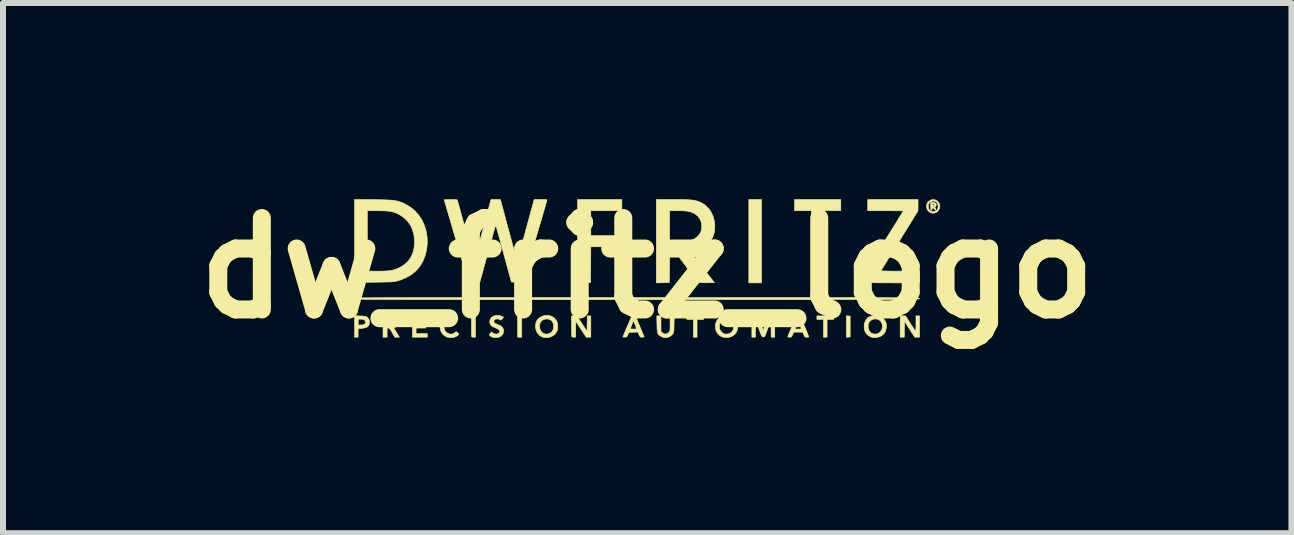
<source format=kicad_pcb>
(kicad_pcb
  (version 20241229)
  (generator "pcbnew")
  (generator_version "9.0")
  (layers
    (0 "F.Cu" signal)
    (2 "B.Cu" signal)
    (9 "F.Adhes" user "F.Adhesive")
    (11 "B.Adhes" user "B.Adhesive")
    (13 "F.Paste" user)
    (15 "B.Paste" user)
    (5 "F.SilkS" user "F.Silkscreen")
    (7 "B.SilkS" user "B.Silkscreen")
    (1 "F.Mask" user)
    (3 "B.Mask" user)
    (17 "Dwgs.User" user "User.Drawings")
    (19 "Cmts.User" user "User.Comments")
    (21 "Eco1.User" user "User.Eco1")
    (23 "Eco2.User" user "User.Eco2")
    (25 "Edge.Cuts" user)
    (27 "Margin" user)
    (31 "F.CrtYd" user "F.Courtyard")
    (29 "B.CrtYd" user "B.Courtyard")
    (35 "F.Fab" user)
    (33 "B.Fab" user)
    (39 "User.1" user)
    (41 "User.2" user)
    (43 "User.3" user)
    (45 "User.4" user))
  (footprint "dw_fritz_logo"
    (layer "F.Cu")
    (at 7.736 1.418)
    (property "Reference" "dw_fritz_logo" (at 0 0 0) (layer "F.SilkS") (effects (font (size 1.524 1.524) (thickness 0.3))))
    (attr through_hole)
    (fp_poly (pts (xy -2.091 1.151) (xy -2.159 1.151) (xy -2.159 0.796) (xy -2.091 0.796) (xy -2.091 1.151)) (stroke (width 0.01) (type solid)) (fill yes) (layer "F.SilkS"))
    (fp_poly (pts (xy 1.905 0.246) (xy 1.693 0.246) (xy 1.693 -1.143) (xy 1.905 -1.143) (xy 1.905 0.246)) (stroke (width 0.01) (type solid)) (fill yes) (layer "F.SilkS"))
    (fp_poly (pts (xy 3.351 0.797) (xy 3.382 0.8) (xy 3.382 1.147) (xy 3.319 1.152) (xy 3.319 0.795) (xy 3.351 0.797)) (stroke (width 0.01) (type solid)) (fill yes) (layer "F.SilkS"))
    (fp_poly (pts (xy 0.94 0.855) (xy 0.83 0.855) (xy 0.83 1.151) (xy 0.77 1.151) (xy 0.77 0.855) (xy 0.66 0.855) (xy 0.66 0.796) (xy 0.94 0.796) (xy 0.94 0.855)) (stroke (width 0.01) (type solid)) (fill yes) (layer "F.SilkS"))
    (fp_poly (pts (xy 3.107 0.855) (xy 2.997 0.855) (xy 2.997 1.151) (xy 2.938 1.151) (xy 2.938 0.855) (xy 2.828 0.855) (xy 2.828 0.796) (xy 3.107 0.796) (xy 3.107 0.855)) (stroke (width 0.01) (type solid)) (fill yes) (layer "F.SilkS"))
    (fp_poly (pts (xy 3.226 -0.957) (xy 2.946 -0.957) (xy 2.946 0.246) (xy 2.735 0.246) (xy 2.735 -0.957) (xy 2.455 -0.957) (xy 2.455 -1.143) (xy 3.226 -1.143) (xy 3.226 -0.957)) (stroke (width 0.01) (type solid)) (fill yes) (layer "F.SilkS"))
    (fp_poly (pts (xy -0.423 -0.957) (xy -0.94 -0.957) (xy -0.94 -0.542) (xy -0.423 -0.542) (xy -0.423 -0.356) (xy -0.94 -0.356) (xy -0.944 0.241) (xy -1.052 0.244) (xy -1.16 0.246) (xy -1.16 -1.143) (xy -0.423 -1.143) (xy -0.423 -0.957)) (stroke (width 0.01) (type solid)) (fill yes) (layer "F.SilkS"))
    (fp_poly (pts (xy -2.862 1.151) (xy -2.89 1.151) (xy -2.911 1.15) (xy -2.923 1.146) (xy -2.924 1.146) (xy -2.926 1.136) (xy -2.927 1.112) (xy -2.928 1.076) (xy -2.929 1.031) (xy -2.929 0.98) (xy -2.929 0.968) (xy -2.929 0.796) (xy -2.862 0.796) (xy -2.862 1.151)) (stroke (width 0.01) (type solid)) (fill yes) (layer "F.SilkS"))
    (fp_poly (pts (xy -3.676 0.823) (xy -3.679 0.851) (xy -3.766 0.853) (xy -3.852 0.856) (xy -3.852 0.94) (xy -3.691 0.94) (xy -3.691 0.999) (xy -3.852 0.999) (xy -3.852 1.092) (xy -3.666 1.092) (xy -3.666 1.151) (xy -3.912 1.151) (xy -3.912 0.796) (xy -3.673 0.796) (xy -3.676 0.823)) (stroke (width 0.01) (type solid)) (fill yes) (layer "F.SilkS"))
    (fp_poly (pts (xy -0.94 1.151) (xy -1.017 1.151) (xy -1.19 0.886) (xy -1.192 1.019) (xy -1.194 1.151) (xy -1.222 1.151) (xy -1.243 1.15) (xy -1.256 1.146) (xy -1.256 1.146) (xy -1.258 1.136) (xy -1.259 1.112) (xy -1.26 1.076) (xy -1.261 1.031) (xy -1.262 0.98) (xy -1.262 0.968) (xy -1.262 0.796) (xy -1.173 0.796) (xy -1.088 0.925) (xy -1.003 1.054) (xy -1.001 0.925) (xy -0.999 0.796) (xy -0.94 0.796) (xy -0.94 1.151)) (stroke (width 0.01) (type solid)) (fill yes) (layer "F.SilkS"))
    (fp_poly (pts (xy 4.538 1.151) (xy 4.498 1.151) (xy 4.458 1.151) (xy 4.373 1.019) (xy 4.288 0.886) (xy 4.286 1.019) (xy 4.284 1.151) (xy 4.216 1.151) (xy 4.216 0.796) (xy 4.261 0.796) (xy 4.305 0.797) (xy 4.386 0.923) (xy 4.412 0.964) (xy 4.435 0.999) (xy 4.454 1.027) (xy 4.467 1.044) (xy 4.473 1.049) (xy 4.475 1.042) (xy 4.477 1.02) (xy 4.478 0.987) (xy 4.479 0.946) (xy 4.479 0.923) (xy 4.479 0.796) (xy 4.538 0.796) (xy 4.538 1.151)) (stroke (width 0.01) (type solid)) (fill yes) (layer "F.SilkS"))
    (fp_poly (pts (xy -4.784 0.797) (xy -4.741 0.799) (xy -4.711 0.802) (xy -4.691 0.806) (xy -4.676 0.813) (xy -4.668 0.818) (xy -4.641 0.848) (xy -4.628 0.886) (xy -4.63 0.928) (xy -4.631 0.93) (xy -4.644 0.959) (xy -4.665 0.98) (xy -4.697 0.994) (xy -4.743 1.002) (xy -4.755 1.004) (xy -4.818 1.01) (xy -4.818 1.151) (xy -4.877 1.151) (xy -4.877 0.948) (xy -4.818 0.948) (xy -4.771 0.948) (xy -4.739 0.946) (xy -4.718 0.94) (xy -4.707 0.931) (xy -4.693 0.911) (xy -4.694 0.892) (xy -4.706 0.871) (xy -4.72 0.859) (xy -4.738 0.853) (xy -4.767 0.851) (xy -4.768 0.851) (xy -4.813 0.851) (xy -4.816 0.9) (xy -4.818 0.948) (xy -4.877 0.948) (xy -4.877 0.794) (xy -4.784 0.797)) (stroke (width 0.01) (type solid)) (fill yes) (layer "F.SilkS"))
    (fp_poly (pts (xy 0.229 1.057) (xy 0.256 1.08) (xy 0.278 1.095) (xy 0.298 1.099) (xy 0.313 1.098) (xy 0.342 1.087) (xy 0.362 1.071) (xy 0.369 1.061) (xy 0.375 1.051) (xy 0.378 1.036) (xy 0.38 1.014) (xy 0.381 0.982) (xy 0.381 0.936) (xy 0.381 0.922) (xy 0.381 0.796) (xy 0.45 0.796) (xy 0.447 0.933) (xy 0.446 0.985) (xy 0.445 1.023) (xy 0.443 1.05) (xy 0.439 1.068) (xy 0.435 1.082) (xy 0.428 1.094) (xy 0.424 1.1) (xy 0.395 1.128) (xy 0.357 1.149) (xy 0.315 1.159) (xy 0.304 1.16) (xy 0.278 1.156) (xy 0.248 1.146) (xy 0.237 1.141) (xy 0.213 1.127) (xy 0.194 1.114) (xy 0.181 1.097) (xy 0.173 1.075) (xy 0.167 1.044) (xy 0.164 1.003) (xy 0.163 0.948) (xy 0.162 0.935) (xy 0.16 0.796) (xy 0.229 0.796) (xy 0.229 1.057)) (stroke (width 0.01) (type solid)) (fill yes) (layer "F.SilkS"))
    (fp_poly (pts (xy 4.786 -1.09) (xy 4.804 -1.084) (xy 4.807 -1.082) (xy 4.816 -1.064) (xy 4.816 -1.043) (xy 4.806 -1.027) (xy 4.804 -1.026) (xy 4.796 -1.02) (xy 4.796 -1.01) (xy 4.804 -0.992) (xy 4.812 -0.974) (xy 4.812 -0.967) (xy 4.806 -0.965) (xy 4.793 -0.972) (xy 4.78 -0.988) (xy 4.778 -0.991) (xy 4.766 -1.008) (xy 4.757 -1.016) (xy 4.756 -1.016) (xy 4.752 -1.009) (xy 4.75 -0.991) (xy 4.75 -0.991) (xy 4.746 -0.97) (xy 4.737 -0.965) (xy 4.73 -0.969) (xy 4.726 -0.981) (xy 4.725 -1.004) (xy 4.724 -1.029) (xy 4.724 -1.057) (xy 4.746 -1.057) (xy 4.747 -1.054) (xy 4.758 -1.044) (xy 4.772 -1.041) (xy 4.788 -1.046) (xy 4.792 -1.054) (xy 4.785 -1.064) (xy 4.767 -1.067) (xy 4.75 -1.065) (xy 4.746 -1.057) (xy 4.724 -1.057) (xy 4.724 -1.092) (xy 4.761 -1.092) (xy 4.786 -1.09)) (stroke (width 0.01) (type solid)) (fill yes) (layer "F.SilkS"))
    (fp_poly (pts (xy 4.79 -1.14) (xy 4.824 -1.126) (xy 4.852 -1.101) (xy 4.87 -1.068) (xy 4.877 -1.029) (xy 4.869 -0.988) (xy 4.85 -0.955) (xy 4.821 -0.93) (xy 4.786 -0.917) (xy 4.748 -0.916) (xy 4.711 -0.931) (xy 4.711 -0.931) (xy 4.68 -0.955) (xy 4.663 -0.983) (xy 4.658 -1.013) (xy 4.685 -1.013) (xy 4.696 -0.979) (xy 4.718 -0.955) (xy 4.747 -0.942) (xy 4.782 -0.943) (xy 4.809 -0.953) (xy 4.832 -0.973) (xy 4.845 -1.002) (xy 4.848 -1.036) (xy 4.841 -1.069) (xy 4.825 -1.096) (xy 4.815 -1.105) (xy 4.784 -1.117) (xy 4.751 -1.116) (xy 4.721 -1.104) (xy 4.697 -1.081) (xy 4.686 -1.054) (xy 4.685 -1.013) (xy 4.658 -1.013) (xy 4.657 -1.022) (xy 4.657 -1.031) (xy 4.658 -1.06) (xy 4.665 -1.081) (xy 4.68 -1.101) (xy 4.684 -1.106) (xy 4.717 -1.131) (xy 4.754 -1.142) (xy 4.79 -1.14)) (stroke (width 0.01) (type solid)) (fill yes) (layer "F.SilkS"))
    (fp_poly (pts (xy -4.262 0.798) (xy -4.221 0.804) (xy -4.191 0.815) (xy -4.169 0.831) (xy -4.161 0.842) (xy -4.148 0.876) (xy -4.147 0.912) (xy -4.159 0.946) (xy -4.181 0.973) (xy -4.2 0.985) (xy -4.224 0.996) (xy -4.194 1.046) (xy -4.176 1.077) (xy -4.158 1.105) (xy -4.147 1.124) (xy -4.13 1.151) (xy -4.207 1.151) (xy -4.249 1.077) (xy -4.269 1.042) (xy -4.285 1.019) (xy -4.297 1.007) (xy -4.309 1.001) (xy -4.313 1.001) (xy -4.335 0.998) (xy -4.335 1.151) (xy -4.403 1.151) (xy -4.403 0.847) (xy -4.335 0.847) (xy -4.335 0.948) (xy -4.302 0.948) (xy -4.274 0.946) (xy -4.25 0.941) (xy -4.247 0.94) (xy -4.225 0.925) (xy -4.212 0.903) (xy -4.212 0.881) (xy -4.225 0.866) (xy -4.251 0.854) (xy -4.285 0.847) (xy -4.302 0.847) (xy -4.335 0.847) (xy -4.403 0.847) (xy -4.403 0.796) (xy -4.318 0.796) (xy -4.262 0.798)) (stroke (width 0.01) (type solid)) (fill yes) (layer "F.SilkS"))
    (fp_poly (pts (xy -3.208 0.797) (xy -3.192 0.804) (xy -3.166 0.82) (xy -3.154 0.832) (xy -3.155 0.845) (xy -3.163 0.856) (xy -3.184 0.87) (xy -3.207 0.868) (xy -3.221 0.859) (xy -3.245 0.849) (xy -3.278 0.847) (xy -3.311 0.853) (xy -3.328 0.86) (xy -3.357 0.884) (xy -3.377 0.918) (xy -3.387 0.959) (xy -3.385 1.001) (xy -3.371 1.041) (xy -3.347 1.071) (xy -3.314 1.091) (xy -3.277 1.1) (xy -3.241 1.096) (xy -3.21 1.079) (xy -3.185 1.058) (xy -3.161 1.078) (xy -3.146 1.093) (xy -3.143 1.103) (xy -3.15 1.114) (xy -3.179 1.137) (xy -3.218 1.152) (xy -3.263 1.158) (xy -3.31 1.155) (xy -3.339 1.148) (xy -3.384 1.123) (xy -3.419 1.088) (xy -3.442 1.043) (xy -3.453 0.994) (xy -3.452 0.941) (xy -3.436 0.889) (xy -3.431 0.88) (xy -3.412 0.849) (xy -3.391 0.828) (xy -3.362 0.811) (xy -3.31 0.792) (xy -3.258 0.787) (xy -3.208 0.797)) (stroke (width 0.01) (type solid)) (fill yes) (layer "F.SilkS"))
    (fp_poly (pts (xy 2.125 1.151) (xy 2.066 1.151) (xy 2.064 1.007) (xy 2.062 0.862) (xy 2.01 1.005) (xy 1.991 1.055) (xy 1.977 1.092) (xy 1.967 1.118) (xy 1.958 1.134) (xy 1.951 1.143) (xy 1.944 1.146) (xy 1.935 1.147) (xy 1.934 1.147) (xy 1.926 1.147) (xy 1.918 1.143) (xy 1.911 1.135) (xy 1.903 1.12) (xy 1.892 1.096) (xy 1.879 1.06) (xy 1.861 1.011) (xy 1.859 1.006) (xy 1.808 0.864) (xy 1.805 1.008) (xy 1.803 1.151) (xy 1.744 1.151) (xy 1.744 0.796) (xy 1.793 0.796) (xy 1.841 0.796) (xy 1.883 0.908) (xy 1.898 0.949) (xy 1.912 0.984) (xy 1.923 1.011) (xy 1.93 1.026) (xy 1.931 1.027) (xy 1.935 1.022) (xy 1.944 1.004) (xy 1.957 0.977) (xy 1.971 0.944) (xy 1.986 0.908) (xy 2 0.873) (xy 2.012 0.842) (xy 2.02 0.818) (xy 2.024 0.804) (xy 2.024 0.804) (xy 2.031 0.8) (xy 2.051 0.797) (xy 2.074 0.796) (xy 2.125 0.796) (xy 2.125 1.151)) (stroke (width 0.01) (type solid)) (fill yes) (layer "F.SilkS"))
    (fp_poly (pts (xy -1.608 0.797) (xy -1.561 0.821) (xy -1.524 0.857) (xy -1.52 0.862) (xy -1.5 0.904) (xy -1.491 0.953) (xy -1.492 1.004) (xy -1.502 1.046) (xy -1.528 1.089) (xy -1.565 1.123) (xy -1.61 1.147) (xy -1.661 1.158) (xy -1.714 1.156) (xy -1.747 1.148) (xy -1.792 1.123) (xy -1.827 1.086) (xy -1.851 1.04) (xy -1.862 0.988) (xy -1.862 0.977) (xy -1.862 0.97) (xy -1.795 0.97) (xy -1.788 1.017) (xy -1.769 1.055) (xy -1.739 1.083) (xy -1.7 1.098) (xy -1.676 1.101) (xy -1.648 1.096) (xy -1.619 1.086) (xy -1.618 1.085) (xy -1.586 1.059) (xy -1.566 1.021) (xy -1.558 0.975) (xy -1.558 0.97) (xy -1.565 0.923) (xy -1.585 0.886) (xy -1.616 0.86) (xy -1.657 0.848) (xy -1.676 0.847) (xy -1.722 0.854) (xy -1.757 0.874) (xy -1.782 0.907) (xy -1.794 0.95) (xy -1.795 0.97) (xy -1.862 0.97) (xy -1.857 0.919) (xy -1.838 0.872) (xy -1.805 0.834) (xy -1.766 0.809) (xy -1.713 0.79) (xy -1.659 0.787) (xy -1.608 0.797)) (stroke (width 0.01) (type solid)) (fill yes) (layer "F.SilkS"))
    (fp_poly (pts (xy 1.382 0.794) (xy 1.43 0.814) (xy 1.467 0.846) (xy 1.493 0.89) (xy 1.505 0.945) (xy 1.507 0.972) (xy 1.503 1.022) (xy 1.49 1.061) (xy 1.466 1.095) (xy 1.455 1.107) (xy 1.411 1.138) (xy 1.359 1.155) (xy 1.303 1.158) (xy 1.247 1.146) (xy 1.211 1.126) (xy 1.178 1.095) (xy 1.153 1.058) (xy 1.144 1.036) (xy 1.135 0.977) (xy 1.136 0.966) (xy 1.202 0.966) (xy 1.205 1.007) (xy 1.214 1.031) (xy 1.232 1.057) (xy 1.255 1.08) (xy 1.277 1.094) (xy 1.278 1.095) (xy 1.311 1.1) (xy 1.348 1.097) (xy 1.38 1.087) (xy 1.386 1.084) (xy 1.416 1.056) (xy 1.435 1.02) (xy 1.443 0.978) (xy 1.439 0.936) (xy 1.423 0.897) (xy 1.405 0.876) (xy 1.375 0.857) (xy 1.337 0.848) (xy 1.297 0.848) (xy 1.262 0.859) (xy 1.257 0.862) (xy 1.229 0.888) (xy 1.211 0.925) (xy 1.202 0.966) (xy 1.136 0.966) (xy 1.141 0.923) (xy 1.16 0.875) (xy 1.192 0.836) (xy 1.234 0.807) (xy 1.286 0.791) (xy 1.323 0.788) (xy 1.382 0.794)) (stroke (width 0.01) (type solid)) (fill yes) (layer "F.SilkS"))
    (fp_poly (pts (xy 3.839 0.791) (xy 3.888 0.804) (xy 3.928 0.831) (xy 3.96 0.872) (xy 3.968 0.887) (xy 3.98 0.915) (xy 3.986 0.939) (xy 3.987 0.968) (xy 3.986 0.988) (xy 3.974 1.043) (xy 3.949 1.089) (xy 3.911 1.124) (xy 3.896 1.133) (xy 3.856 1.149) (xy 3.809 1.157) (xy 3.763 1.156) (xy 3.733 1.149) (xy 3.683 1.123) (xy 3.647 1.089) (xy 3.625 1.044) (xy 3.616 0.992) (xy 3.682 0.992) (xy 3.693 1.033) (xy 3.716 1.068) (xy 3.736 1.085) (xy 3.769 1.097) (xy 3.808 1.099) (xy 3.845 1.092) (xy 3.874 1.075) (xy 3.874 1.075) (xy 3.904 1.036) (xy 3.919 0.992) (xy 3.918 0.945) (xy 3.906 0.908) (xy 3.882 0.876) (xy 3.85 0.856) (xy 3.813 0.847) (xy 3.774 0.849) (xy 3.738 0.863) (xy 3.708 0.888) (xy 3.695 0.908) (xy 3.682 0.948) (xy 3.682 0.992) (xy 3.616 0.992) (xy 3.616 0.989) (xy 3.615 0.972) (xy 3.622 0.914) (xy 3.642 0.866) (xy 3.675 0.828) (xy 3.719 0.803) (xy 3.773 0.79) (xy 3.778 0.79) (xy 3.839 0.791)) (stroke (width 0.01) (type solid)) (fill yes) (layer "F.SilkS"))
    (fp_poly (pts (xy 2.619 0.965) (xy 2.641 1.016) (xy 2.66 1.061) (xy 2.675 1.098) (xy 2.686 1.126) (xy 2.692 1.141) (xy 2.692 1.144) (xy 2.685 1.149) (xy 2.666 1.151) (xy 2.66 1.151) (xy 2.64 1.15) (xy 2.628 1.145) (xy 2.619 1.13) (xy 2.609 1.109) (xy 2.592 1.067) (xy 2.441 1.067) (xy 2.423 1.109) (xy 2.412 1.134) (xy 2.403 1.146) (xy 2.389 1.151) (xy 2.371 1.151) (xy 2.35 1.15) (xy 2.342 1.146) (xy 2.343 1.137) (xy 2.348 1.125) (xy 2.359 1.1) (xy 2.374 1.064) (xy 2.392 1.021) (xy 2.396 1.013) (xy 2.464 1.013) (xy 2.471 1.014) (xy 2.491 1.016) (xy 2.515 1.016) (xy 2.541 1.015) (xy 2.56 1.013) (xy 2.565 1.01) (xy 2.563 0.996) (xy 2.555 0.973) (xy 2.545 0.947) (xy 2.534 0.921) (xy 2.524 0.9) (xy 2.516 0.888) (xy 2.514 0.886) (xy 2.509 0.896) (xy 2.5 0.917) (xy 2.489 0.944) (xy 2.478 0.972) (xy 2.469 0.996) (xy 2.464 1.011) (xy 2.464 1.013) (xy 2.396 1.013) (xy 2.413 0.973) (xy 2.418 0.961) (xy 2.488 0.8) (xy 2.517 0.798) (xy 2.546 0.795) (xy 2.619 0.965)) (stroke (width 0.01) (type solid)) (fill yes) (layer "F.SilkS"))
    (fp_poly (pts (xy -0.129 0.958) (xy -0.108 1.008) (xy -0.089 1.053) (xy -0.073 1.091) (xy -0.062 1.119) (xy -0.055 1.135) (xy -0.054 1.137) (xy -0.053 1.146) (xy -0.062 1.15) (xy -0.084 1.151) (xy -0.104 1.151) (xy -0.116 1.145) (xy -0.126 1.131) (xy -0.136 1.109) (xy -0.155 1.066) (xy -0.231 1.069) (xy -0.307 1.071) (xy -0.322 1.109) (xy -0.332 1.132) (xy -0.342 1.144) (xy -0.359 1.149) (xy -0.371 1.15) (xy -0.393 1.15) (xy -0.405 1.147) (xy -0.406 1.146) (xy -0.402 1.136) (xy -0.393 1.114) (xy -0.379 1.08) (xy -0.361 1.038) (xy -0.349 1.01) (xy -0.28 1.01) (xy -0.272 1.013) (xy -0.252 1.015) (xy -0.228 1.016) (xy -0.198 1.015) (xy -0.182 1.012) (xy -0.18 1.005) (xy -0.184 0.993) (xy -0.193 0.969) (xy -0.203 0.939) (xy -0.204 0.938) (xy -0.214 0.91) (xy -0.223 0.889) (xy -0.228 0.881) (xy -0.229 0.881) (xy -0.233 0.888) (xy -0.242 0.906) (xy -0.252 0.932) (xy -0.263 0.96) (xy -0.272 0.985) (xy -0.278 1.003) (xy -0.28 1.01) (xy -0.349 1.01) (xy -0.34 0.99) (xy -0.331 0.969) (xy -0.257 0.8) (xy -0.228 0.798) (xy -0.199 0.795) (xy -0.129 0.958)) (stroke (width 0.01) (type solid)) (fill yes) (layer "F.SilkS"))
    (fp_poly (pts (xy -2.469 0.79) (xy -2.441 0.797) (xy -2.417 0.806) (xy -2.4 0.815) (xy -2.396 0.821) (xy -2.402 0.83) (xy -2.415 0.845) (xy -2.42 0.85) (xy -2.436 0.864) (xy -2.446 0.867) (xy -2.455 0.86) (xy -2.455 0.86) (xy -2.472 0.85) (xy -2.497 0.847) (xy -2.525 0.85) (xy -2.541 0.855) (xy -2.554 0.871) (xy -2.556 0.892) (xy -2.546 0.912) (xy -2.542 0.916) (xy -2.526 0.926) (xy -2.5 0.938) (xy -2.484 0.943) (xy -2.439 0.964) (xy -2.41 0.991) (xy -2.395 1.026) (xy -2.393 1.046) (xy -2.401 1.087) (xy -2.421 1.12) (xy -2.453 1.144) (xy -2.494 1.157) (xy -2.541 1.158) (xy -2.579 1.151) (xy -2.603 1.14) (xy -2.621 1.126) (xy -2.63 1.114) (xy -2.63 1.104) (xy -2.619 1.091) (xy -2.614 1.086) (xy -2.592 1.064) (xy -2.569 1.083) (xy -2.54 1.097) (xy -2.508 1.1) (xy -2.481 1.09) (xy -2.472 1.084) (xy -2.457 1.062) (xy -2.458 1.043) (xy -2.475 1.024) (xy -2.507 1.005) (xy -2.531 0.995) (xy -2.575 0.975) (xy -2.603 0.954) (xy -2.619 0.93) (xy -2.625 0.899) (xy -2.625 0.893) (xy -2.617 0.854) (xy -2.596 0.822) (xy -2.562 0.8) (xy -2.518 0.789) (xy -2.494 0.787) (xy -2.469 0.79)) (stroke (width 0.01) (type solid)) (fill yes) (layer "F.SilkS"))
    (fp_poly (pts (xy 4.513 -0.954) (xy 4.206 -0.459) (xy 4.154 -0.375) (xy 4.105 -0.296) (xy 4.06 -0.223) (xy 4.018 -0.156) (xy 3.982 -0.096) (xy 3.951 -0.046) (xy 3.926 -0.005) (xy 3.908 0.024) (xy 3.898 0.04) (xy 3.896 0.044) (xy 3.904 0.045) (xy 3.926 0.047) (xy 3.962 0.048) (xy 4.01 0.049) (xy 4.067 0.05) (xy 4.132 0.051) (xy 4.203 0.051) (xy 4.216 0.051) (xy 4.538 0.051) (xy 4.538 0.246) (xy 4.095 0.246) (xy 4.01 0.245) (xy 3.93 0.245) (xy 3.857 0.245) (xy 3.792 0.244) (xy 3.737 0.243) (xy 3.694 0.242) (xy 3.664 0.241) (xy 3.648 0.24) (xy 3.646 0.24) (xy 3.644 0.23) (xy 3.642 0.206) (xy 3.641 0.173) (xy 3.641 0.145) (xy 3.641 0.056) (xy 3.762 -0.139) (xy 3.795 -0.192) (xy 3.835 -0.255) (xy 3.88 -0.328) (xy 3.928 -0.405) (xy 3.978 -0.485) (xy 4.027 -0.564) (xy 4.074 -0.639) (xy 4.076 -0.642) (xy 4.116 -0.707) (xy 4.154 -0.767) (xy 4.187 -0.822) (xy 4.216 -0.869) (xy 4.24 -0.907) (xy 4.256 -0.934) (xy 4.266 -0.95) (xy 4.267 -0.953) (xy 4.259 -0.954) (xy 4.236 -0.955) (xy 4.2 -0.955) (xy 4.152 -0.956) (xy 4.095 -0.956) (xy 4.031 -0.957) (xy 3.971 -0.957) (xy 3.675 -0.957) (xy 3.675 -1.143) (xy 4.513 -1.143) (xy 4.513 -0.954)) (stroke (width 0.01) (type solid)) (fill yes) (layer "F.SilkS"))
    (fp_poly (pts (xy -4.561 -1.141) (xy -4.469 -1.14) (xy -4.392 -1.138) (xy -4.327 -1.136) (xy -4.273 -1.133) (xy -4.227 -1.128) (xy -4.188 -1.122) (xy -4.153 -1.114) (xy -4.121 -1.104) (xy -4.088 -1.092) (xy -4.054 -1.077) (xy -4.026 -1.063) (xy -3.942 -1.013) (xy -3.868 -0.951) (xy -3.804 -0.878) (xy -3.752 -0.797) (xy -3.712 -0.708) (xy -3.684 -0.613) (xy -3.668 -0.514) (xy -3.665 -0.413) (xy -3.676 -0.311) (xy -3.701 -0.21) (xy -3.74 -0.111) (xy -3.743 -0.105) (xy -3.791 -0.026) (xy -3.854 0.045) (xy -3.929 0.107) (xy -4.016 0.158) (xy -4.114 0.199) (xy -4.161 0.213) (xy -4.18 0.218) (xy -4.198 0.222) (xy -4.217 0.225) (xy -4.241 0.228) (xy -4.27 0.23) (xy -4.306 0.231) (xy -4.351 0.232) (xy -4.408 0.233) (xy -4.479 0.234) (xy -4.553 0.235) (xy -4.877 0.238) (xy -4.877 0.051) (xy -4.665 0.051) (xy -4.489 0.051) (xy -4.41 0.05) (xy -4.346 0.048) (xy -4.296 0.044) (xy -4.259 0.039) (xy -4.255 0.038) (xy -4.218 0.028) (xy -4.175 0.013) (xy -4.134 -0.005) (xy -4.125 -0.009) (xy -4.05 -0.054) (xy -3.988 -0.11) (xy -3.94 -0.176) (xy -3.906 -0.252) (xy -3.885 -0.338) (xy -3.878 -0.435) (xy -3.878 -0.44) (xy -3.885 -0.537) (xy -3.907 -0.627) (xy -3.942 -0.708) (xy -3.991 -0.779) (xy -4.053 -0.84) (xy -4.127 -0.89) (xy -4.158 -0.906) (xy -4.197 -0.922) (xy -4.235 -0.935) (xy -4.276 -0.944) (xy -4.323 -0.95) (xy -4.378 -0.954) (xy -4.446 -0.956) (xy -4.498 -0.957) (xy -4.665 -0.957) (xy -4.665 0.051) (xy -4.877 0.051) (xy -4.877 -1.144) (xy -4.561 -1.141)) (stroke (width 0.01) (type solid)) (fill yes) (layer "F.SilkS"))
    (fp_poly (pts (xy 0.522 -1.143) (xy 0.598 -1.142) (xy 0.661 -1.14) (xy 0.713 -1.137) (xy 0.756 -1.133) (xy 0.793 -1.127) (xy 0.825 -1.119) (xy 0.854 -1.11) (xy 0.883 -1.098) (xy 0.895 -1.093) (xy 0.961 -1.053) (xy 1.017 -1.001) (xy 1.062 -0.938) (xy 1.097 -0.866) (xy 1.118 -0.788) (xy 1.127 -0.706) (xy 1.122 -0.621) (xy 1.117 -0.591) (xy 1.093 -0.518) (xy 1.055 -0.451) (xy 1.005 -0.392) (xy 0.944 -0.344) (xy 0.874 -0.308) (xy 0.799 -0.287) (xy 0.77 -0.281) (xy 0.745 -0.275) (xy 0.734 -0.272) (xy 0.732 -0.269) (xy 0.733 -0.261) (xy 0.741 -0.248) (xy 0.754 -0.228) (xy 0.774 -0.2) (xy 0.801 -0.164) (xy 0.837 -0.117) (xy 0.882 -0.06) (xy 0.919 -0.013) (xy 1.12 0.241) (xy 0.991 0.244) (xy 0.932 0.244) (xy 0.889 0.243) (xy 0.861 0.24) (xy 0.85 0.237) (xy 0.843 0.228) (xy 0.827 0.208) (xy 0.803 0.176) (xy 0.771 0.135) (xy 0.734 0.086) (xy 0.692 0.031) (xy 0.647 -0.029) (xy 0.608 -0.081) (xy 0.377 -0.39) (xy 0.368 0.241) (xy 0.26 0.244) (xy 0.152 0.246) (xy 0.152 -0.957) (xy 0.373 -0.957) (xy 0.373 -0.432) (xy 0.48 -0.432) (xy 0.528 -0.433) (xy 0.574 -0.435) (xy 0.615 -0.437) (xy 0.642 -0.441) (xy 0.721 -0.459) (xy 0.786 -0.487) (xy 0.837 -0.525) (xy 0.876 -0.572) (xy 0.884 -0.587) (xy 0.898 -0.618) (xy 0.906 -0.646) (xy 0.909 -0.679) (xy 0.909 -0.697) (xy 0.901 -0.762) (xy 0.879 -0.819) (xy 0.843 -0.867) (xy 0.793 -0.906) (xy 0.766 -0.92) (xy 0.733 -0.933) (xy 0.698 -0.943) (xy 0.658 -0.95) (xy 0.61 -0.954) (xy 0.551 -0.956) (xy 0.503 -0.957) (xy 0.373 -0.957) (xy 0.152 -0.957) (xy 0.152 -1.143) (xy 0.431 -1.143) (xy 0.522 -1.143)) (stroke (width 0.01) (type solid)) (fill yes) (layer "F.SilkS"))
    (fp_poly (pts (xy -2.436 -1.103) (xy -2.432 -1.087) (xy -2.424 -1.057) (xy -2.412 -1.014) (xy -2.397 -0.959) (xy -2.38 -0.894) (xy -2.36 -0.821) (xy -2.339 -0.741) (xy -2.316 -0.656) (xy -2.298 -0.591) (xy -2.275 -0.504) (xy -2.253 -0.423) (xy -2.233 -0.349) (xy -2.215 -0.282) (xy -2.199 -0.225) (xy -2.186 -0.178) (xy -2.176 -0.144) (xy -2.17 -0.124) (xy -2.168 -0.119) (xy -2.165 -0.127) (xy -2.158 -0.149) (xy -2.147 -0.186) (xy -2.133 -0.235) (xy -2.116 -0.294) (xy -2.097 -0.363) (xy -2.076 -0.44) (xy -2.053 -0.524) (xy -2.028 -0.613) (xy -2.024 -0.631) (xy -1.884 -1.143) (xy -1.776 -1.143) (xy -1.731 -1.143) (xy -1.701 -1.142) (xy -1.683 -1.141) (xy -1.674 -1.138) (xy -1.671 -1.133) (xy -1.672 -1.126) (xy -1.672 -1.124) (xy -1.676 -1.113) (xy -1.683 -1.087) (xy -1.695 -1.047) (xy -1.71 -0.995) (xy -1.729 -0.932) (xy -1.75 -0.858) (xy -1.774 -0.776) (xy -1.801 -0.686) (xy -1.829 -0.59) (xy -1.859 -0.489) (xy -1.874 -0.436) (xy -2.071 0.233) (xy -2.263 0.233) (xy -2.392 -0.239) (xy -2.415 -0.326) (xy -2.438 -0.407) (xy -2.458 -0.482) (xy -2.477 -0.549) (xy -2.493 -0.607) (xy -2.506 -0.654) (xy -2.516 -0.689) (xy -2.523 -0.71) (xy -2.525 -0.716) (xy -2.528 -0.708) (xy -2.535 -0.686) (xy -2.545 -0.651) (xy -2.559 -0.603) (xy -2.575 -0.545) (xy -2.594 -0.477) (xy -2.615 -0.401) (xy -2.638 -0.319) (xy -2.659 -0.241) (xy -2.79 0.237) (xy -2.98 0.237) (xy -2.988 0.205) (xy -2.992 0.192) (xy -3 0.164) (xy -3.012 0.123) (xy -3.028 0.069) (xy -3.047 0.004) (xy -3.069 -0.071) (xy -3.094 -0.154) (xy -3.121 -0.245) (xy -3.149 -0.341) (xy -3.179 -0.442) (xy -3.191 -0.483) (xy -3.384 -1.139) (xy -3.278 -1.141) (xy -3.237 -1.142) (xy -3.203 -1.141) (xy -3.178 -1.139) (xy -3.166 -1.137) (xy -3.166 -1.137) (xy -3.163 -1.128) (xy -3.156 -1.104) (xy -3.145 -1.066) (xy -3.131 -1.016) (xy -3.115 -0.956) (xy -3.096 -0.886) (xy -3.075 -0.809) (xy -3.053 -0.725) (xy -3.029 -0.636) (xy -3.027 -0.627) (xy -3.003 -0.537) (xy -2.981 -0.453) (xy -2.96 -0.374) (xy -2.94 -0.304) (xy -2.924 -0.242) (xy -2.91 -0.192) (xy -2.899 -0.153) (xy -2.891 -0.127) (xy -2.888 -0.116) (xy -2.888 -0.116) (xy -2.884 -0.123) (xy -2.877 -0.145) (xy -2.867 -0.18) (xy -2.853 -0.228) (xy -2.836 -0.287) (xy -2.817 -0.355) (xy -2.796 -0.432) (xy -2.773 -0.515) (xy -2.749 -0.604) (xy -2.743 -0.626) (xy -2.603 -1.143) (xy -2.526 -1.143) (xy -2.448 -1.143) (xy -2.436 -1.103)) (stroke (width 0.01) (type solid)) (fill yes) (layer "F.SilkS"))
    (fp_poly (pts (xy 0.489 0.491) (xy 0.794 0.491) (xy 1.083 0.491) (xy 1.357 0.491) (xy 1.616 0.491) (xy 1.86 0.491) (xy 2.09 0.491) (xy 2.307 0.491) (xy 2.511 0.491) (xy 2.702 0.491) (xy 2.88 0.492) (xy 3.047 0.492) (xy 3.202 0.492) (xy 3.346 0.492) (xy 3.479 0.492) (xy 3.602 0.492) (xy 3.715 0.493) (xy 3.818 0.493) (xy 3.913 0.493) (xy 3.998 0.493) (xy 4.076 0.494) (xy 4.146 0.494) (xy 4.208 0.495) (xy 4.263 0.495) (xy 4.312 0.495) (xy 4.355 0.496) (xy 4.392 0.497) (xy 4.423 0.497) (xy 4.45 0.498) (xy 4.472 0.499) (xy 4.49 0.499) (xy 4.505 0.5) (xy 4.516 0.501) (xy 4.524 0.502) (xy 4.53 0.503) (xy 4.534 0.504) (xy 4.537 0.505) (xy 4.538 0.506) (xy 4.538 0.507) (xy 4.538 0.508) (xy 4.538 0.509) (xy 4.538 0.51) (xy 4.536 0.511) (xy 4.534 0.513) (xy 4.529 0.513) (xy 4.523 0.514) (xy 4.514 0.515) (xy 4.502 0.516) (xy 4.487 0.517) (xy 4.468 0.518) (xy 4.445 0.518) (xy 4.417 0.519) (xy 4.385 0.52) (xy 4.347 0.52) (xy 4.303 0.521) (xy 4.252 0.521) (xy 4.196 0.522) (xy 4.132 0.522) (xy 4.06 0.522) (xy 3.981 0.523) (xy 3.894 0.523) (xy 3.797 0.523) (xy 3.692 0.524) (xy 3.577 0.524) (xy 3.452 0.524) (xy 3.317 0.524) (xy 3.171 0.524) (xy 3.013 0.524) (xy 2.844 0.525) (xy 2.663 0.525) (xy 2.47 0.525) (xy 2.263 0.525) (xy 2.044 0.525) (xy 1.81 0.525) (xy 1.563 0.525) (xy 1.301 0.525) (xy 1.024 0.525) (xy 0.732 0.525) (xy 0.424 0.525) (xy 0.099 0.525) (xy -0.169 0.525) (xy -0.507 0.525) (xy -0.828 0.525) (xy -1.132 0.525) (xy -1.421 0.525) (xy -1.695 0.525) (xy -1.954 0.525) (xy -2.199 0.525) (xy -2.429 0.525) (xy -2.646 0.525) (xy -2.85 0.525) (xy -3.041 0.525) (xy -3.219 0.524) (xy -3.386 0.524) (xy -3.541 0.524) (xy -3.684 0.524) (xy -3.818 0.524) (xy -3.94 0.524) (xy -4.053 0.523) (xy -4.157 0.523) (xy -4.251 0.523) (xy -4.337 0.523) (xy -4.415 0.522) (xy -4.484 0.522) (xy -4.547 0.521) (xy -4.602 0.521) (xy -4.651 0.521) (xy -4.694 0.52) (xy -4.73 0.519) (xy -4.762 0.519) (xy -4.789 0.518) (xy -4.811 0.517) (xy -4.829 0.517) (xy -4.843 0.516) (xy -4.855 0.515) (xy -4.863 0.514) (xy -4.869 0.513) (xy -4.873 0.512) (xy -4.875 0.511) (xy -4.876 0.51) (xy -4.877 0.509) (xy -4.877 0.508) (xy -4.877 0.507) (xy -4.876 0.506) (xy -4.875 0.505) (xy -4.872 0.503) (xy -4.868 0.503) (xy -4.862 0.502) (xy -4.853 0.501) (xy -4.841 0.5) (xy -4.826 0.499) (xy -4.807 0.498) (xy -4.784 0.498) (xy -4.756 0.497) (xy -4.723 0.496) (xy -4.685 0.496) (xy -4.641 0.495) (xy -4.591 0.495) (xy -4.534 0.494) (xy -4.47 0.494) (xy -4.399 0.494) (xy -4.32 0.493) (xy -4.232 0.493) (xy -4.136 0.493) (xy -4.031 0.492) (xy -3.916 0.492) (xy -3.791 0.492) (xy -3.655 0.492) (xy -3.509 0.492) (xy -3.352 0.492) (xy -3.183 0.491) (xy -3.002 0.491) (xy -2.808 0.491) (xy -2.602 0.491) (xy -2.382 0.491) (xy -2.149 0.491) (xy -1.902 0.491) (xy -1.64 0.491) (xy -1.363 0.491) (xy -1.07 0.491) (xy -0.762 0.491) (xy -0.438 0.491) (xy 0.168 0.491) (xy 0.489 0.491)) (stroke (width 0.01) (type solid)) (fill yes) (layer "F.SilkS")))
  (gr_rect
    (start -3 -3)
    (end 18.472 5.836)
    (stroke (width 0.1) (type default))
    (fill no)
    (layer "Edge.Cuts")))
</source>
